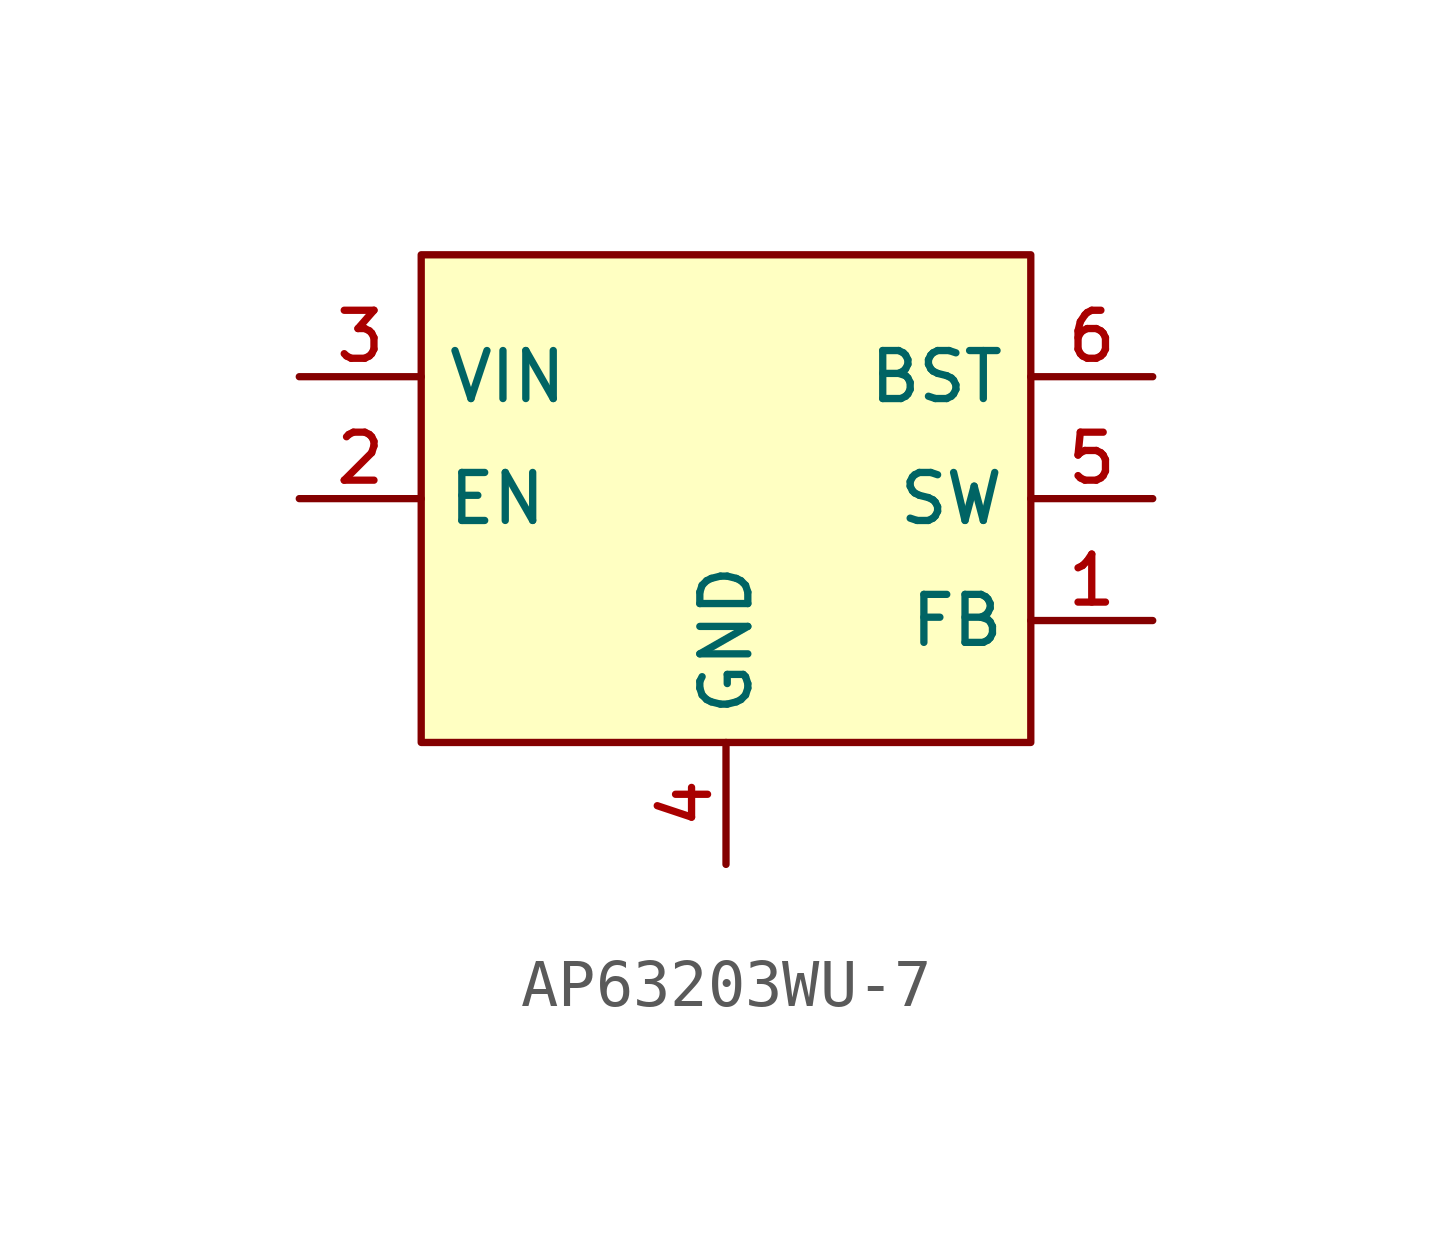
<source format=kicad_sym>
(kicad_symbol_lib
  (version 20241209)
  (generator "kicad_symbol_editor")
  (generator_version "9.0")
  (symbol "AP63203WU-7"
    (property "Reference" "U?"
      (at 0.254 6.604 0)
      (effects (font (size 1.27 1.27)) (hide yes)))
    (symbol "AP63203WU-7_0_1"
      (rectangle (start -6.35 5.08) (end 6.35 -5.08) (stroke (width 0) (type default)) (fill (type background))))
    (symbol "AP63203WU-7_1_1"
      (pin unspecified line (at -8.89 2.54 0) (length 2.54) (name "VIN" (effects (font (size 1 1)))) (number "3" (effects (font (size 1 1)))))
      (pin unspecified line (at -8.89 0 0) (length 2.54) (name "EN" (effects (font (size 1 1)))) (number "2" (effects (font (size 1 1)))))
      (pin unspecified line (at 0 -7.62 90) (length 2.54) (name "GND" (effects (font (size 1 1)))) (number "4" (effects (font (size 1 1)))))
      (pin unspecified line (at 8.89 2.54 180) (length 2.54) (name "BST" (effects (font (size 1 1)))) (number "6" (effects (font (size 1 1)))))
      (pin unspecified line (at 8.89 0 180) (length 2.54) (name "SW" (effects (font (size 1 1)))) (number "5" (effects (font (size 1 1)))))
      (pin unspecified line (at 8.89 -2.54 180) (length 2.54) (name "FB" (effects (font (size 1 1)))) (number "1" (effects (font (size 1 1))))))))
</source>
